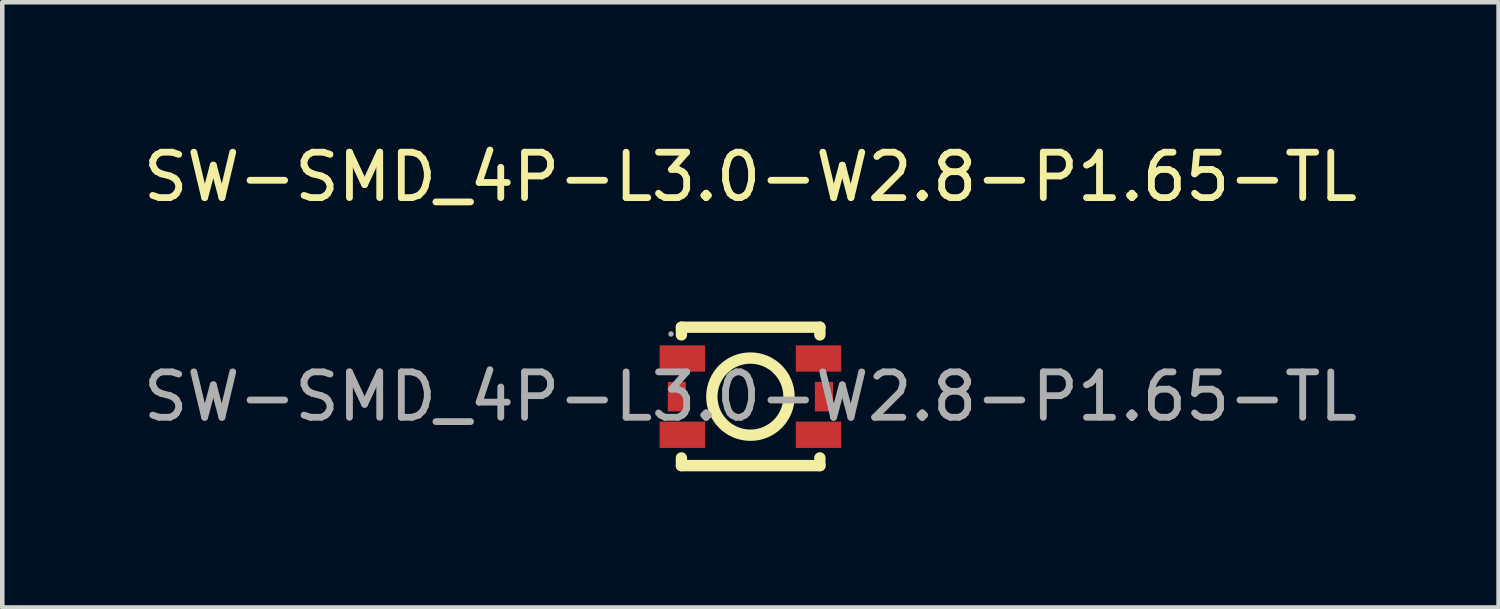
<source format=kicad_pcb>
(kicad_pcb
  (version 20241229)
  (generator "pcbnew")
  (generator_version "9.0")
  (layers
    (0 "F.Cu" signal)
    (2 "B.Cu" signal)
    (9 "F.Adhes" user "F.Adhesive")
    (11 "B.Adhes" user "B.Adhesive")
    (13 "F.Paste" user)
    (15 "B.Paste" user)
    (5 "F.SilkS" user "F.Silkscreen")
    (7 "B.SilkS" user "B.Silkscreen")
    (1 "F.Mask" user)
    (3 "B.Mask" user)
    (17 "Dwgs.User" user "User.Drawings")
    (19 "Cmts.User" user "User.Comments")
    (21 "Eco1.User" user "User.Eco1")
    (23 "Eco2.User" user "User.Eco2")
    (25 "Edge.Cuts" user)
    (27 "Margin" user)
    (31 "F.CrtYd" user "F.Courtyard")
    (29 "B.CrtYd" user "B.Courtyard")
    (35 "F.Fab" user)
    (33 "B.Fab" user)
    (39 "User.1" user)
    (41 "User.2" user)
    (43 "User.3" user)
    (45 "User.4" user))
  (footprint "SW-SMD_4P-L3.0-W2.8-P1.65-TL"
    (layer "F.Cu")
    (at 13.482 5.688)
    (property "Reference" "SW-SMD_4P-L3.0-W2.8-P1.65-TL" (at 0 -4.84 0) (layer "F.SilkS") (effects (font (size 1 1) (thickness 0.15))))
    (attr smd)
    (fp_line (start -1.52 -1.53) (end -1.52 -1.36) (stroke (width 0.25) (type solid)) (layer "F.SilkS"))
    (fp_line (start -1.52 1.35) (end -1.52 1.52) (stroke (width 0.25) (type solid)) (layer "F.SilkS"))
    (fp_line (start -1.52 1.52) (end 1.53 1.52) (stroke (width 0.25) (type solid)) (layer "F.SilkS"))
    (fp_line (start 1.53 -1.53) (end -1.52 -1.53) (stroke (width 0.25) (type solid)) (layer "F.SilkS"))
    (fp_line (start 1.53 -1.36) (end 1.53 -1.53) (stroke (width 0.25) (type solid)) (layer "F.SilkS"))
    (fp_line (start 1.53 1.52) (end 1.53 1.35) (stroke (width 0.25) (type solid)) (layer "F.SilkS"))
    (fp_circle (center 0 0) (end 0.85 0) (stroke (width 0.25) (type solid)) (fill no) (layer "F.SilkS"))
    (fp_circle (center -1.75 -1.38) (end -1.72 -1.38) (stroke (width 0.06) (type solid)) (fill no) (layer "F.Fab"))
    (fp_text user "${REFERENCE}" (at 0 0 0) (layer "F.Fab") (effects (font (size 1 1) (thickness 0.15))))
    (pad "1" smd rect (at -1.5 -0.84) (size 1 0.58) (layers "F.Cu" "F.Mask" "F.Paste"))
    (pad "2" smd rect (at -1.5 0.84) (size 1 0.58) (layers "F.Cu" "F.Mask" "F.Paste"))
    (pad "3" smd rect (at 1.5 -0.84) (size 1 0.58) (layers "F.Cu" "F.Mask" "F.Paste"))
    (pad "4" smd rect (at 1.5 0.84) (size 1 0.58) (layers "F.Cu" "F.Mask" "F.Paste"))
    (pad "5" smd rect (at -1.62 0) (size 0.4 0.65) (layers "F.Cu" "F.Mask" "F.Paste"))
    (pad "6" smd rect (at 1.62 0) (size 0.4 0.65) (layers "F.Cu" "F.Mask" "F.Paste")))
  (gr_rect
    (start -3 -3)
    (end 29.964 10.333)
    (stroke (width 0.1) (type default))
    (fill no)
    (layer "Edge.Cuts")))
</source>
